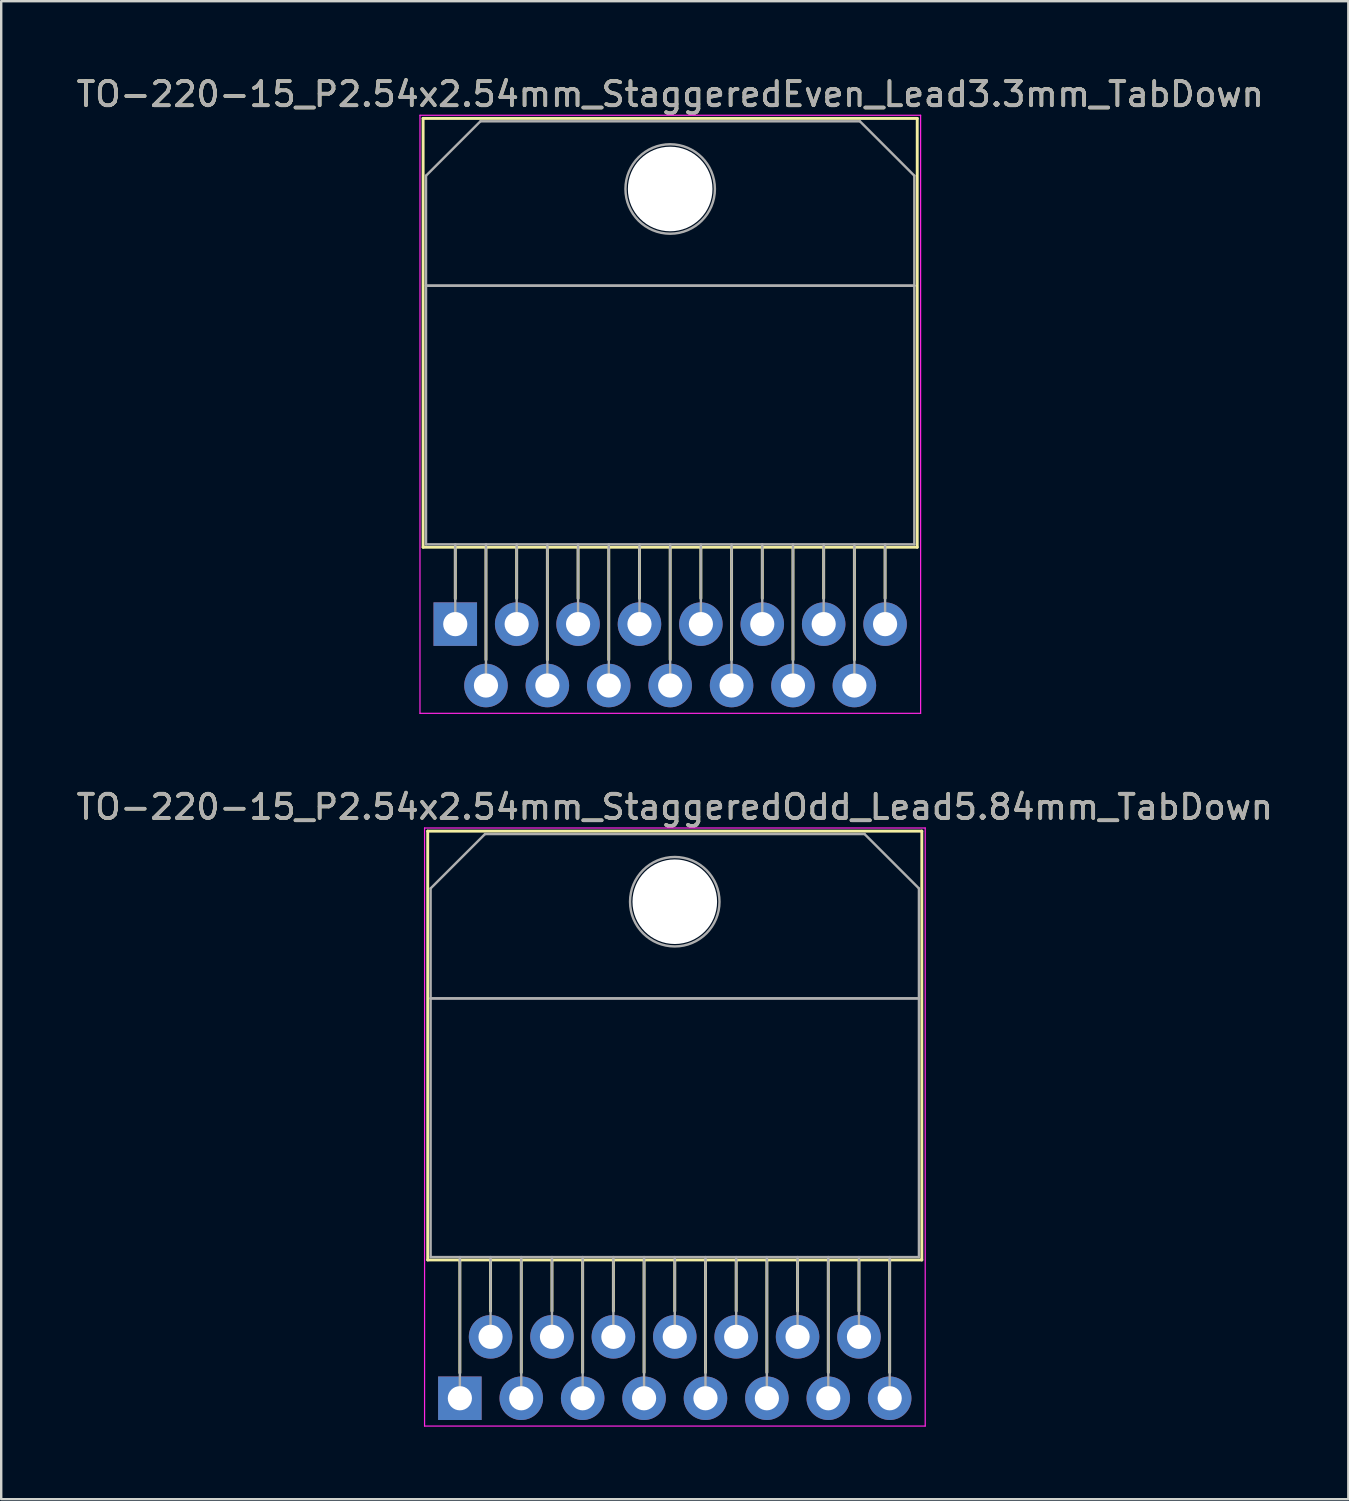
<source format=kicad_pcb>
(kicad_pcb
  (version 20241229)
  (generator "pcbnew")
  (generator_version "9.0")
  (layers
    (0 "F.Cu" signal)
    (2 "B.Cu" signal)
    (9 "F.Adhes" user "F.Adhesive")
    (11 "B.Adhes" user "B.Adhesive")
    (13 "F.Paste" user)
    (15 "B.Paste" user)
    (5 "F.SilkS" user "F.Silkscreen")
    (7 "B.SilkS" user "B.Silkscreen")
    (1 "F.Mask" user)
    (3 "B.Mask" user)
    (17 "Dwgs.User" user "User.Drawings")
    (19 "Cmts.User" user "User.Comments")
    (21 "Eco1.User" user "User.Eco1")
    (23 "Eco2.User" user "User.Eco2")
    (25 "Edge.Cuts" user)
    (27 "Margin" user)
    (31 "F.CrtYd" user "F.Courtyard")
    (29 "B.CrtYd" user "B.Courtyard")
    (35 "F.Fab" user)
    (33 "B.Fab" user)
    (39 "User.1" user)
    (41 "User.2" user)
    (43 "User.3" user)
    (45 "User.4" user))
  (footprint "TO-220-15_P2.54x2.54mm_StaggeredEven_Lead3.3mm_TabDown"
    (layer "F.Cu")
    (at 15.783 22.768)
    (property "Reference" "TO-220-15_P2.54x2.54mm_StaggeredEven_Lead3.3mm_TabDown" (at 8.89 -21.92 0) (layer "F.SilkS") (effects (font (size 1 1) (thickness 0.15))))
    (attr through_hole)
    (fp_line (start -1.33 -20.92) (end -1.33 -3.18) (stroke (width 0.12) (type solid)) (layer "F.SilkS"))
    (fp_line (start -1.33 -20.92) (end 19.11 -20.92) (stroke (width 0.12) (type solid)) (layer "F.SilkS"))
    (fp_line (start -1.33 -3.18) (end 19.11 -3.18) (stroke (width 0.12) (type solid)) (layer "F.SilkS"))
    (fp_line (start 0 -3.18) (end 0 -1.05) (stroke (width 0.12) (type solid)) (layer "F.SilkS"))
    (fp_line (start 1.27 -3.18) (end 1.27 1.475) (stroke (width 0.12) (type solid)) (layer "F.SilkS"))
    (fp_line (start 2.54 -3.18) (end 2.54 -1.066) (stroke (width 0.12) (type solid)) (layer "F.SilkS"))
    (fp_line (start 3.81 -3.18) (end 3.81 1.475) (stroke (width 0.12) (type solid)) (layer "F.SilkS"))
    (fp_line (start 5.08 -3.18) (end 5.08 -1.066) (stroke (width 0.12) (type solid)) (layer "F.SilkS"))
    (fp_line (start 6.35 -3.18) (end 6.35 1.475) (stroke (width 0.12) (type solid)) (layer "F.SilkS"))
    (fp_line (start 7.62 -3.18) (end 7.62 -1.066) (stroke (width 0.12) (type solid)) (layer "F.SilkS"))
    (fp_line (start 8.89 -3.18) (end 8.89 1.475) (stroke (width 0.12) (type solid)) (layer "F.SilkS"))
    (fp_line (start 10.16 -3.18) (end 10.16 -1.066) (stroke (width 0.12) (type solid)) (layer "F.SilkS"))
    (fp_line (start 11.43 -3.18) (end 11.43 1.475) (stroke (width 0.12) (type solid)) (layer "F.SilkS"))
    (fp_line (start 12.7 -3.18) (end 12.7 -1.066) (stroke (width 0.12) (type solid)) (layer "F.SilkS"))
    (fp_line (start 13.97 -3.18) (end 13.97 1.475) (stroke (width 0.12) (type solid)) (layer "F.SilkS"))
    (fp_line (start 15.24 -3.18) (end 15.24 -1.066) (stroke (width 0.12) (type solid)) (layer "F.SilkS"))
    (fp_line (start 16.51 -3.18) (end 16.51 1.475) (stroke (width 0.12) (type solid)) (layer "F.SilkS"))
    (fp_line (start 17.78 -3.18) (end 17.78 -1.066) (stroke (width 0.12) (type solid)) (layer "F.SilkS"))
    (fp_line (start 19.11 -20.92) (end 19.11 -3.18) (stroke (width 0.12) (type solid)) (layer "F.SilkS"))
    (fp_line (start -1.46 -21.05) (end -1.46 3.69) (stroke (width 0.05) (type solid)) (layer "F.CrtYd"))
    (fp_line (start -1.46 3.69) (end 19.25 3.69) (stroke (width 0.05) (type solid)) (layer "F.CrtYd"))
    (fp_line (start 19.25 -21.05) (end -1.46 -21.05) (stroke (width 0.05) (type solid)) (layer "F.CrtYd"))
    (fp_line (start 19.25 3.69) (end 19.25 -21.05) (stroke (width 0.05) (type solid)) (layer "F.CrtYd"))
    (fp_line (start -1.21 -18.55) (end 1.041 -20.8) (stroke (width 0.1) (type solid)) (layer "F.Fab"))
    (fp_line (start -1.21 -14) (end -1.21 -18.55) (stroke (width 0.1) (type solid)) (layer "F.Fab"))
    (fp_line (start -1.21 -14) (end 18.99 -14) (stroke (width 0.1) (type solid)) (layer "F.Fab"))
    (fp_line (start -1.21 -3.3) (end -1.21 -14) (stroke (width 0.1) (type solid)) (layer "F.Fab"))
    (fp_line (start 0 -3.3) (end 0 0) (stroke (width 0.1) (type solid)) (layer "F.Fab"))
    (fp_line (start 1.041 -20.8) (end 16.74 -20.8) (stroke (width 0.1) (type solid)) (layer "F.Fab"))
    (fp_line (start 1.27 -3.3) (end 1.27 2.54) (stroke (width 0.1) (type solid)) (layer "F.Fab"))
    (fp_line (start 2.54 -3.3) (end 2.54 0) (stroke (width 0.1) (type solid)) (layer "F.Fab"))
    (fp_line (start 3.81 -3.3) (end 3.81 2.54) (stroke (width 0.1) (type solid)) (layer "F.Fab"))
    (fp_line (start 5.08 -3.3) (end 5.08 0) (stroke (width 0.1) (type solid)) (layer "F.Fab"))
    (fp_line (start 6.35 -3.3) (end 6.35 2.54) (stroke (width 0.1) (type solid)) (layer "F.Fab"))
    (fp_line (start 7.62 -3.3) (end 7.62 0) (stroke (width 0.1) (type solid)) (layer "F.Fab"))
    (fp_line (start 8.89 -3.3) (end 8.89 2.54) (stroke (width 0.1) (type solid)) (layer "F.Fab"))
    (fp_line (start 10.16 -3.3) (end 10.16 0) (stroke (width 0.1) (type solid)) (layer "F.Fab"))
    (fp_line (start 11.43 -3.3) (end 11.43 2.54) (stroke (width 0.1) (type solid)) (layer "F.Fab"))
    (fp_line (start 12.7 -3.3) (end 12.7 0) (stroke (width 0.1) (type solid)) (layer "F.Fab"))
    (fp_line (start 13.97 -3.3) (end 13.97 2.54) (stroke (width 0.1) (type solid)) (layer "F.Fab"))
    (fp_line (start 15.24 -3.3) (end 15.24 0) (stroke (width 0.1) (type solid)) (layer "F.Fab"))
    (fp_line (start 16.51 -3.3) (end 16.51 2.54) (stroke (width 0.1) (type solid)) (layer "F.Fab"))
    (fp_line (start 16.74 -20.8) (end 18.99 -18.55) (stroke (width 0.1) (type solid)) (layer "F.Fab"))
    (fp_line (start 17.78 -3.3) (end 17.78 0) (stroke (width 0.1) (type solid)) (layer "F.Fab"))
    (fp_line (start 18.99 -18.55) (end 18.99 -14) (stroke (width 0.1) (type solid)) (layer "F.Fab"))
    (fp_line (start 18.99 -14) (end -1.21 -14) (stroke (width 0.1) (type solid)) (layer "F.Fab"))
    (fp_line (start 18.99 -14) (end 18.99 -3.3) (stroke (width 0.1) (type solid)) (layer "F.Fab"))
    (fp_line (start 18.99 -3.3) (end -1.21 -3.3) (stroke (width 0.1) (type solid)) (layer "F.Fab"))
    (fp_circle (center 8.89 -18) (end 10.74 -18) (stroke (width 0.1) (type solid)) (fill no) (layer "F.Fab"))
    (fp_text user "${REFERENCE}" (at 8.89 -21.92 0) (layer "F.Fab") (effects (font (size 1 1) (thickness 0.15))))
    (pad "" np_thru_hole oval (at 8.89 -18) (size 3.5 3.5) (drill 3.5) (layers "*.Cu" "*.Mask"))
    (pad "1" thru_hole rect (at 0 0) (size 1.8 1.8) (drill 1) (layers "*.Cu" "*.Mask"))
    (pad "2" thru_hole oval (at 1.27 2.54) (size 1.8 1.8) (drill 1) (layers "*.Cu" "*.Mask"))
    (pad "3" thru_hole oval (at 2.54 0) (size 1.8 1.8) (drill 1) (layers "*.Cu" "*.Mask"))
    (pad "4" thru_hole oval (at 3.81 2.54) (size 1.8 1.8) (drill 1) (layers "*.Cu" "*.Mask"))
    (pad "5" thru_hole oval (at 5.08 0) (size 1.8 1.8) (drill 1) (layers "*.Cu" "*.Mask"))
    (pad "6" thru_hole oval (at 6.35 2.54) (size 1.8 1.8) (drill 1) (layers "*.Cu" "*.Mask"))
    (pad "7" thru_hole oval (at 7.62 0) (size 1.8 1.8) (drill 1) (layers "*.Cu" "*.Mask"))
    (pad "8" thru_hole oval (at 8.89 2.54) (size 1.8 1.8) (drill 1) (layers "*.Cu" "*.Mask"))
    (pad "9" thru_hole oval (at 10.16 0) (size 1.8 1.8) (drill 1) (layers "*.Cu" "*.Mask"))
    (pad "10" thru_hole oval (at 11.43 2.54) (size 1.8 1.8) (drill 1) (layers "*.Cu" "*.Mask"))
    (pad "11" thru_hole oval (at 12.7 0) (size 1.8 1.8) (drill 1) (layers "*.Cu" "*.Mask"))
    (pad "12" thru_hole oval (at 13.97 2.54) (size 1.8 1.8) (drill 1) (layers "*.Cu" "*.Mask"))
    (pad "13" thru_hole oval (at 15.24 0) (size 1.8 1.8) (drill 1) (layers "*.Cu" "*.Mask"))
    (pad "14" thru_hole oval (at 16.51 2.54) (size 1.8 1.8) (drill 1) (layers "*.Cu" "*.Mask"))
    (pad "15" thru_hole oval (at 17.78 0) (size 1.8 1.8) (drill 1) (layers "*.Cu" "*.Mask")))
  (footprint "TO-220-15_P2.54x2.54mm_StaggeredOdd_Lead5.84mm_TabDown"
    (layer "F.Cu")
    (at 15.973 54.791)
    (property "Reference" "TO-220-15_P2.54x2.54mm_StaggeredOdd_Lead5.84mm_TabDown" (at 8.89 -24.46 0) (layer "F.SilkS") (effects (font (size 1 1) (thickness 0.15))))
    (attr through_hole)
    (fp_line (start -1.33 -23.46) (end -1.33 -5.72) (stroke (width 0.12) (type solid)) (layer "F.SilkS"))
    (fp_line (start -1.33 -23.46) (end 19.11 -23.46) (stroke (width 0.12) (type solid)) (layer "F.SilkS"))
    (fp_line (start -1.33 -5.72) (end 19.11 -5.72) (stroke (width 0.12) (type solid)) (layer "F.SilkS"))
    (fp_line (start 0 -5.72) (end 0 -1.05) (stroke (width 0.12) (type solid)) (layer "F.SilkS"))
    (fp_line (start 1.27 -5.72) (end 1.27 -3.606) (stroke (width 0.12) (type solid)) (layer "F.SilkS"))
    (fp_line (start 2.54 -5.72) (end 2.54 -1.065) (stroke (width 0.12) (type solid)) (layer "F.SilkS"))
    (fp_line (start 3.81 -5.72) (end 3.81 -3.606) (stroke (width 0.12) (type solid)) (layer "F.SilkS"))
    (fp_line (start 5.08 -5.72) (end 5.08 -1.065) (stroke (width 0.12) (type solid)) (layer "F.SilkS"))
    (fp_line (start 6.35 -5.72) (end 6.35 -3.606) (stroke (width 0.12) (type solid)) (layer "F.SilkS"))
    (fp_line (start 7.62 -5.72) (end 7.62 -1.065) (stroke (width 0.12) (type solid)) (layer "F.SilkS"))
    (fp_line (start 8.89 -5.72) (end 8.89 -3.606) (stroke (width 0.12) (type solid)) (layer "F.SilkS"))
    (fp_line (start 10.16 -5.72) (end 10.16 -1.065) (stroke (width 0.12) (type solid)) (layer "F.SilkS"))
    (fp_line (start 11.43 -5.72) (end 11.43 -3.606) (stroke (width 0.12) (type solid)) (layer "F.SilkS"))
    (fp_line (start 12.7 -5.72) (end 12.7 -1.065) (stroke (width 0.12) (type solid)) (layer "F.SilkS"))
    (fp_line (start 13.97 -5.72) (end 13.97 -3.606) (stroke (width 0.12) (type solid)) (layer "F.SilkS"))
    (fp_line (start 15.24 -5.72) (end 15.24 -1.065) (stroke (width 0.12) (type solid)) (layer "F.SilkS"))
    (fp_line (start 16.51 -5.72) (end 16.51 -3.606) (stroke (width 0.12) (type solid)) (layer "F.SilkS"))
    (fp_line (start 17.78 -5.72) (end 17.78 -1.065) (stroke (width 0.12) (type solid)) (layer "F.SilkS"))
    (fp_line (start 19.11 -23.46) (end 19.11 -5.72) (stroke (width 0.12) (type solid)) (layer "F.SilkS"))
    (fp_line (start -1.46 -23.59) (end -1.46 1.15) (stroke (width 0.05) (type solid)) (layer "F.CrtYd"))
    (fp_line (start -1.46 1.15) (end 19.25 1.15) (stroke (width 0.05) (type solid)) (layer "F.CrtYd"))
    (fp_line (start 19.25 -23.59) (end -1.46 -23.59) (stroke (width 0.05) (type solid)) (layer "F.CrtYd"))
    (fp_line (start 19.25 1.15) (end 19.25 -23.59) (stroke (width 0.05) (type solid)) (layer "F.CrtYd"))
    (fp_line (start -1.21 -21.09) (end 1.041 -23.34) (stroke (width 0.1) (type solid)) (layer "F.Fab"))
    (fp_line (start -1.21 -16.54) (end -1.21 -21.09) (stroke (width 0.1) (type solid)) (layer "F.Fab"))
    (fp_line (start -1.21 -16.54) (end 18.99 -16.54) (stroke (width 0.1) (type solid)) (layer "F.Fab"))
    (fp_line (start -1.21 -5.84) (end -1.21 -16.54) (stroke (width 0.1) (type solid)) (layer "F.Fab"))
    (fp_line (start 0 -5.84) (end 0 0) (stroke (width 0.1) (type solid)) (layer "F.Fab"))
    (fp_line (start 1.041 -23.34) (end 16.74 -23.34) (stroke (width 0.1) (type solid)) (layer "F.Fab"))
    (fp_line (start 1.27 -5.84) (end 1.27 -2.54) (stroke (width 0.1) (type solid)) (layer "F.Fab"))
    (fp_line (start 2.54 -5.84) (end 2.54 0) (stroke (width 0.1) (type solid)) (layer "F.Fab"))
    (fp_line (start 3.81 -5.84) (end 3.81 -2.54) (stroke (width 0.1) (type solid)) (layer "F.Fab"))
    (fp_line (start 5.08 -5.84) (end 5.08 0) (stroke (width 0.1) (type solid)) (layer "F.Fab"))
    (fp_line (start 6.35 -5.84) (end 6.35 -2.54) (stroke (width 0.1) (type solid)) (layer "F.Fab"))
    (fp_line (start 7.62 -5.84) (end 7.62 0) (stroke (width 0.1) (type solid)) (layer "F.Fab"))
    (fp_line (start 8.89 -5.84) (end 8.89 -2.54) (stroke (width 0.1) (type solid)) (layer "F.Fab"))
    (fp_line (start 10.16 -5.84) (end 10.16 0) (stroke (width 0.1) (type solid)) (layer "F.Fab"))
    (fp_line (start 11.43 -5.84) (end 11.43 -2.54) (stroke (width 0.1) (type solid)) (layer "F.Fab"))
    (fp_line (start 12.7 -5.84) (end 12.7 0) (stroke (width 0.1) (type solid)) (layer "F.Fab"))
    (fp_line (start 13.97 -5.84) (end 13.97 -2.54) (stroke (width 0.1) (type solid)) (layer "F.Fab"))
    (fp_line (start 15.24 -5.84) (end 15.24 0) (stroke (width 0.1) (type solid)) (layer "F.Fab"))
    (fp_line (start 16.51 -5.84) (end 16.51 -2.54) (stroke (width 0.1) (type solid)) (layer "F.Fab"))
    (fp_line (start 16.74 -23.34) (end 18.99 -21.09) (stroke (width 0.1) (type solid)) (layer "F.Fab"))
    (fp_line (start 17.78 -5.84) (end 17.78 0) (stroke (width 0.1) (type solid)) (layer "F.Fab"))
    (fp_line (start 18.99 -21.09) (end 18.99 -16.54) (stroke (width 0.1) (type solid)) (layer "F.Fab"))
    (fp_line (start 18.99 -16.54) (end -1.21 -16.54) (stroke (width 0.1) (type solid)) (layer "F.Fab"))
    (fp_line (start 18.99 -16.54) (end 18.99 -5.84) (stroke (width 0.1) (type solid)) (layer "F.Fab"))
    (fp_line (start 18.99 -5.84) (end -1.21 -5.84) (stroke (width 0.1) (type solid)) (layer "F.Fab"))
    (fp_circle (center 8.89 -20.54) (end 10.74 -20.54) (stroke (width 0.1) (type solid)) (fill no) (layer "F.Fab"))
    (fp_text user "${REFERENCE}" (at 8.89 -24.46 0) (layer "F.Fab") (effects (font (size 1 1) (thickness 0.15))))
    (pad "" np_thru_hole oval (at 8.89 -20.54) (size 3.5 3.5) (drill 3.5) (layers "*.Cu" "*.Mask"))
    (pad "1" thru_hole rect (at 0 0) (size 1.8 1.8) (drill 1) (layers "*.Cu" "*.Mask"))
    (pad "2" thru_hole oval (at 1.27 -2.54) (size 1.8 1.8) (drill 1) (layers "*.Cu" "*.Mask"))
    (pad "3" thru_hole oval (at 2.54 0) (size 1.8 1.8) (drill 1) (layers "*.Cu" "*.Mask"))
    (pad "4" thru_hole oval (at 3.81 -2.54) (size 1.8 1.8) (drill 1) (layers "*.Cu" "*.Mask"))
    (pad "5" thru_hole oval (at 5.08 0) (size 1.8 1.8) (drill 1) (layers "*.Cu" "*.Mask"))
    (pad "6" thru_hole oval (at 6.35 -2.54) (size 1.8 1.8) (drill 1) (layers "*.Cu" "*.Mask"))
    (pad "7" thru_hole oval (at 7.62 0) (size 1.8 1.8) (drill 1) (layers "*.Cu" "*.Mask"))
    (pad "8" thru_hole oval (at 8.89 -2.54) (size 1.8 1.8) (drill 1) (layers "*.Cu" "*.Mask"))
    (pad "9" thru_hole oval (at 10.16 0) (size 1.8 1.8) (drill 1) (layers "*.Cu" "*.Mask"))
    (pad "10" thru_hole oval (at 11.43 -2.54) (size 1.8 1.8) (drill 1) (layers "*.Cu" "*.Mask"))
    (pad "11" thru_hole oval (at 12.7 0) (size 1.8 1.8) (drill 1) (layers "*.Cu" "*.Mask"))
    (pad "12" thru_hole oval (at 13.97 -2.54) (size 1.8 1.8) (drill 1) (layers "*.Cu" "*.Mask"))
    (pad "13" thru_hole oval (at 15.24 0) (size 1.8 1.8) (drill 1) (layers "*.Cu" "*.Mask"))
    (pad "14" thru_hole oval (at 16.51 -2.54) (size 1.8 1.8) (drill 1) (layers "*.Cu" "*.Mask"))
    (pad "15" thru_hole oval (at 17.78 0) (size 1.8 1.8) (drill 1) (layers "*.Cu" "*.Mask")))
  (gr_rect
    (start -3 -3)
    (end 52.726 58.967)
    (stroke (width 0.1) (type default))
    (fill no)
    (layer "Edge.Cuts")))
</source>
